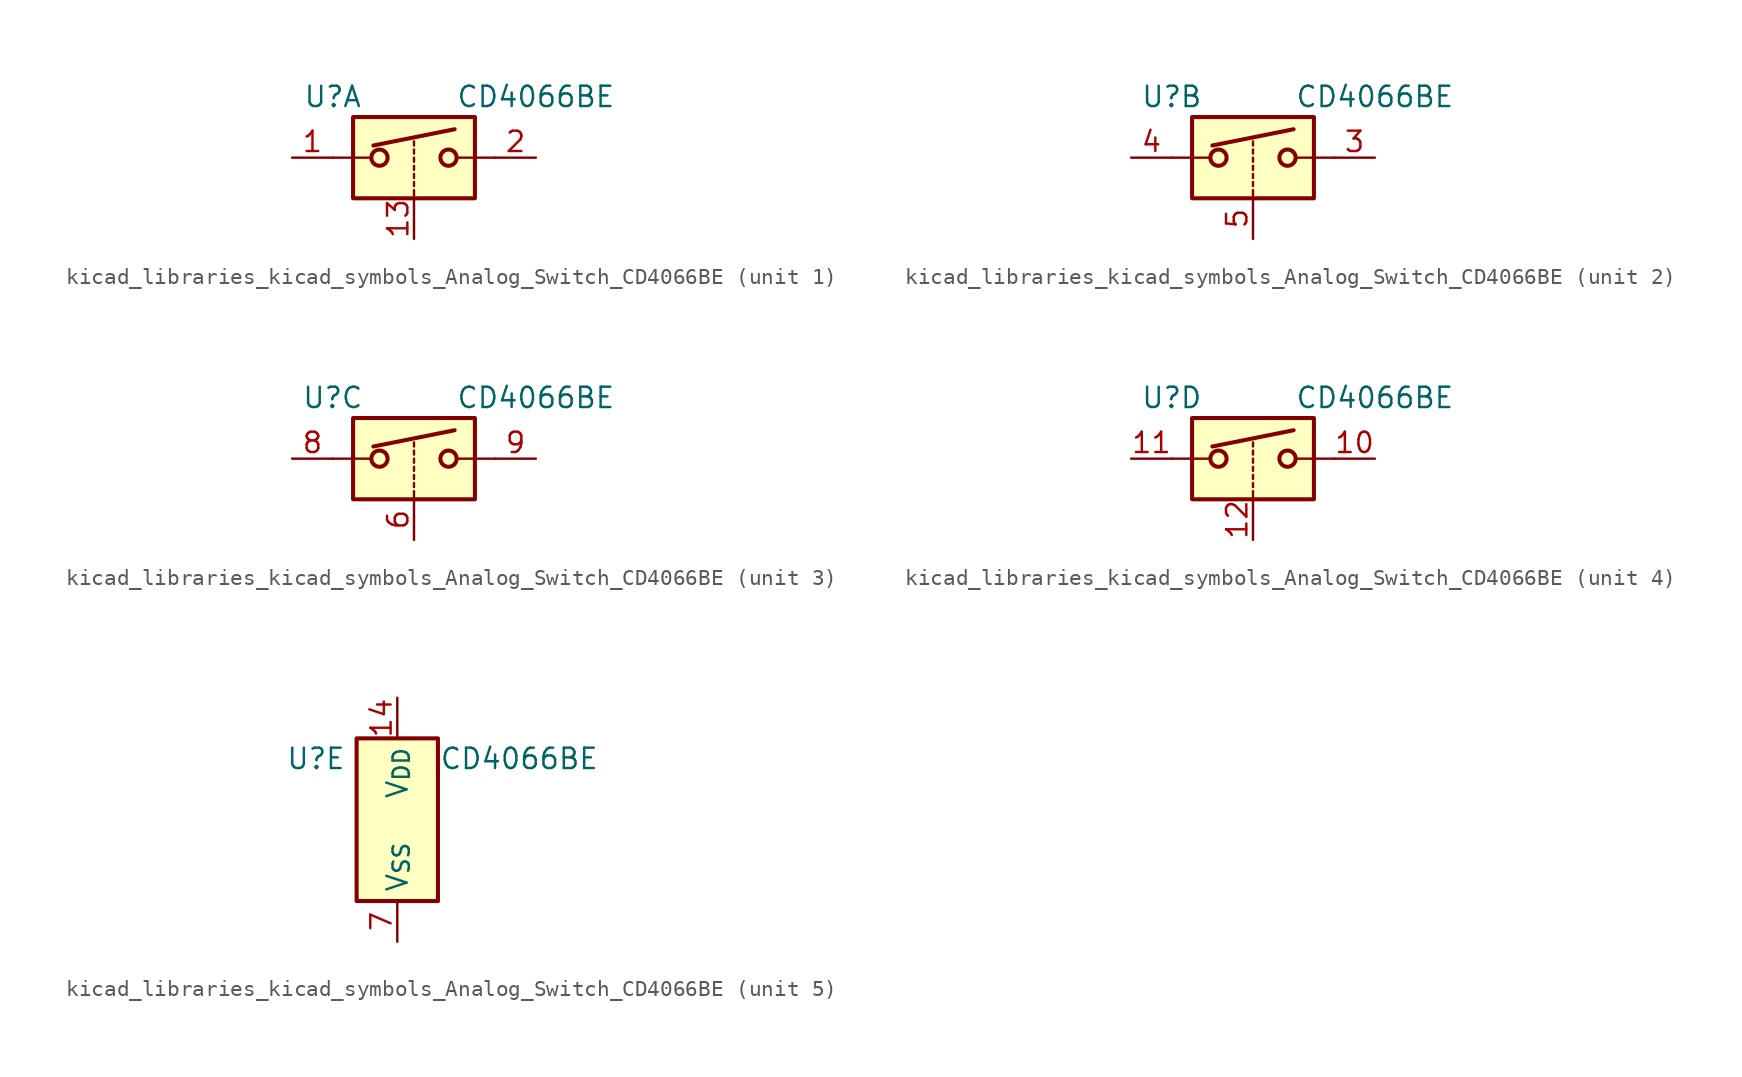
<source format=kicad_sym>
(kicad_symbol_lib
  (version 20220914)
  (generator kicad_symbol_editor)
  (symbol "kicad_libraries_kicad_symbols_Analog_Switch_CD4066BE"
    (property "Reference" "U"
      (at -5.08 3.81 0)
      (effects (font (size 1.27 1.27))))
    (property "Value" "CD4066BE"
      (at 7.62 3.81 0)
      (effects (font (size 1.27 1.27))))
    (property "ki_locked" ""
      (at 0 0 0)
      (effects (font (size 1.27 1.27))))
    (symbol "kicad_libraries_kicad_symbols_Analog_Switch_CD4066BE_1_1"
      (rectangle (start -3.81 2.54) (end 3.81 -2.54) (stroke (width 0.254) (type default)) (fill (type background)))
      (circle (center -2.159 0) (radius 0.508) (stroke (width 0.254) (type default)) (fill (type none)))
      (polyline (pts (xy -5.08 0) (xy -2.794 0)) (stroke (width 0) (type default)) (fill (type none)))
      (polyline (pts (xy -2.54 0.762) (xy 2.54 1.778)) (stroke (width 0.254) (type default)) (fill (type none)))
      (polyline (pts (xy 0 -2.54) (xy 0 -2.032)) (stroke (width 0) (type default)) (fill (type none)))
      (polyline (pts (xy 0 -1.778) (xy 0 -1.524)) (stroke (width 0) (type default)) (fill (type none)))
      (polyline (pts (xy 0 -1.27) (xy 0 -1.016)) (stroke (width 0) (type default)) (fill (type none)))
      (polyline (pts (xy 0 -0.762) (xy 0 -0.508)) (stroke (width 0) (type default)) (fill (type none)))
      (polyline (pts (xy 0 -0.254) (xy 0 0)) (stroke (width 0) (type default)) (fill (type none)))
      (polyline (pts (xy 0 0.254) (xy 0 0.508)) (stroke (width 0) (type default)) (fill (type none)))
      (polyline (pts (xy 0 0.762) (xy 0 1.016)) (stroke (width 0) (type default)) (fill (type none)))
      (polyline (pts (xy 5.08 0) (xy 2.794 0)) (stroke (width 0) (type default)) (fill (type none)))
      (circle (center 2.159 0) (radius 0.508) (stroke (width 0.254) (type default)) (fill (type none)))
      (pin bidirectional line (at -7.62 0 0) (length 2.54) (name "~" (effects (font (size 1.27 1.27)))) (number "1" (effects (font (size 1.27 1.27)))))
      (pin input line (at 0 -5.08 90) (length 2.54) (name "~" (effects (font (size 1.27 1.27)))) (number "13" (effects (font (size 1.27 1.27)))))
      (pin bidirectional line (at 7.62 0 180) (length 2.54) (name "~" (effects (font (size 1.27 1.27)))) (number "2" (effects (font (size 1.27 1.27))))))
    (symbol "kicad_libraries_kicad_symbols_Analog_Switch_CD4066BE_2_1"
      (rectangle (start -3.81 2.54) (end 3.81 -2.54) (stroke (width 0.254) (type default)) (fill (type background)))
      (circle (center -2.159 0) (radius 0.508) (stroke (width 0.254) (type default)) (fill (type none)))
      (polyline (pts (xy -5.08 0) (xy -2.794 0)) (stroke (width 0) (type default)) (fill (type none)))
      (polyline (pts (xy -2.54 0.762) (xy 2.54 1.778)) (stroke (width 0.254) (type default)) (fill (type none)))
      (polyline (pts (xy 0 -2.54) (xy 0 -2.032)) (stroke (width 0) (type default)) (fill (type none)))
      (polyline (pts (xy 0 -1.778) (xy 0 -1.524)) (stroke (width 0) (type default)) (fill (type none)))
      (polyline (pts (xy 0 -1.27) (xy 0 -1.016)) (stroke (width 0) (type default)) (fill (type none)))
      (polyline (pts (xy 0 -0.762) (xy 0 -0.508)) (stroke (width 0) (type default)) (fill (type none)))
      (polyline (pts (xy 0 -0.254) (xy 0 0)) (stroke (width 0) (type default)) (fill (type none)))
      (polyline (pts (xy 0 0.254) (xy 0 0.508)) (stroke (width 0) (type default)) (fill (type none)))
      (polyline (pts (xy 0 0.762) (xy 0 1.016)) (stroke (width 0) (type default)) (fill (type none)))
      (polyline (pts (xy 5.08 0) (xy 2.794 0)) (stroke (width 0) (type default)) (fill (type none)))
      (circle (center 2.159 0) (radius 0.508) (stroke (width 0.254) (type default)) (fill (type none)))
      (pin bidirectional line (at 7.62 0 180) (length 2.54) (name "~" (effects (font (size 1.27 1.27)))) (number "3" (effects (font (size 1.27 1.27)))))
      (pin bidirectional line (at -7.62 0 0) (length 2.54) (name "~" (effects (font (size 1.27 1.27)))) (number "4" (effects (font (size 1.27 1.27)))))
      (pin input line (at 0 -5.08 90) (length 2.54) (name "~" (effects (font (size 1.27 1.27)))) (number "5" (effects (font (size 1.27 1.27))))))
    (symbol "kicad_libraries_kicad_symbols_Analog_Switch_CD4066BE_3_1"
      (rectangle (start -3.81 2.54) (end 3.81 -2.54) (stroke (width 0.254) (type default)) (fill (type background)))
      (circle (center -2.159 0) (radius 0.508) (stroke (width 0.254) (type default)) (fill (type none)))
      (polyline (pts (xy -5.08 0) (xy -2.794 0)) (stroke (width 0) (type default)) (fill (type none)))
      (polyline (pts (xy -2.54 0.762) (xy 2.54 1.778)) (stroke (width 0.254) (type default)) (fill (type none)))
      (polyline (pts (xy 0 -2.54) (xy 0 -2.032)) (stroke (width 0) (type default)) (fill (type none)))
      (polyline (pts (xy 0 -1.778) (xy 0 -1.524)) (stroke (width 0) (type default)) (fill (type none)))
      (polyline (pts (xy 0 -1.27) (xy 0 -1.016)) (stroke (width 0) (type default)) (fill (type none)))
      (polyline (pts (xy 0 -0.762) (xy 0 -0.508)) (stroke (width 0) (type default)) (fill (type none)))
      (polyline (pts (xy 0 -0.254) (xy 0 0)) (stroke (width 0) (type default)) (fill (type none)))
      (polyline (pts (xy 0 0.254) (xy 0 0.508)) (stroke (width 0) (type default)) (fill (type none)))
      (polyline (pts (xy 0 0.762) (xy 0 1.016)) (stroke (width 0) (type default)) (fill (type none)))
      (polyline (pts (xy 5.08 0) (xy 2.794 0)) (stroke (width 0) (type default)) (fill (type none)))
      (circle (center 2.159 0) (radius 0.508) (stroke (width 0.254) (type default)) (fill (type none)))
      (pin input line (at 0 -5.08 90) (length 2.54) (name "~" (effects (font (size 1.27 1.27)))) (number "6" (effects (font (size 1.27 1.27)))))
      (pin bidirectional line (at -7.62 0 0) (length 2.54) (name "~" (effects (font (size 1.27 1.27)))) (number "8" (effects (font (size 1.27 1.27)))))
      (pin bidirectional line (at 7.62 0 180) (length 2.54) (name "~" (effects (font (size 1.27 1.27)))) (number "9" (effects (font (size 1.27 1.27))))))
    (symbol "kicad_libraries_kicad_symbols_Analog_Switch_CD4066BE_4_1"
      (rectangle (start -3.81 2.54) (end 3.81 -2.54) (stroke (width 0.254) (type default)) (fill (type background)))
      (circle (center -2.159 0) (radius 0.508) (stroke (width 0.254) (type default)) (fill (type none)))
      (polyline (pts (xy -5.08 0) (xy -2.794 0)) (stroke (width 0) (type default)) (fill (type none)))
      (polyline (pts (xy -2.54 0.762) (xy 2.54 1.778)) (stroke (width 0.254) (type default)) (fill (type none)))
      (polyline (pts (xy 0 -2.54) (xy 0 -2.032)) (stroke (width 0) (type default)) (fill (type none)))
      (polyline (pts (xy 0 -1.778) (xy 0 -1.524)) (stroke (width 0) (type default)) (fill (type none)))
      (polyline (pts (xy 0 -1.27) (xy 0 -1.016)) (stroke (width 0) (type default)) (fill (type none)))
      (polyline (pts (xy 0 -0.762) (xy 0 -0.508)) (stroke (width 0) (type default)) (fill (type none)))
      (polyline (pts (xy 0 -0.254) (xy 0 0)) (stroke (width 0) (type default)) (fill (type none)))
      (polyline (pts (xy 0 0.254) (xy 0 0.508)) (stroke (width 0) (type default)) (fill (type none)))
      (polyline (pts (xy 0 0.762) (xy 0 1.016)) (stroke (width 0) (type default)) (fill (type none)))
      (polyline (pts (xy 5.08 0) (xy 2.794 0)) (stroke (width 0) (type default)) (fill (type none)))
      (circle (center 2.159 0) (radius 0.508) (stroke (width 0.254) (type default)) (fill (type none)))
      (pin bidirectional line (at 7.62 0 180) (length 2.54) (name "~" (effects (font (size 1.27 1.27)))) (number "10" (effects (font (size 1.27 1.27)))))
      (pin bidirectional line (at -7.62 0 0) (length 2.54) (name "~" (effects (font (size 1.27 1.27)))) (number "11" (effects (font (size 1.27 1.27)))))
      (pin input line (at 0 -5.08 90) (length 2.54) (name "~" (effects (font (size 1.27 1.27)))) (number "12" (effects (font (size 1.27 1.27))))))
    (symbol "kicad_libraries_kicad_symbols_Analog_Switch_CD4066BE_5_1"
      (rectangle (start -2.54 5.08) (end 2.54 -5.08) (stroke (width 0.254) (type default)) (fill (type background)))
      (pin power_in line (at 0 7.62 270) (length 2.54) (name "V_{DD}" (effects (font (size 1.27 1.27)))) (number "14" (effects (font (size 1.27 1.27)))))
      (pin power_in line (at 0 -7.62 90) (length 2.54) (name "V_{SS}" (effects (font (size 1.27 1.27)))) (number "7" (effects (font (size 1.27 1.27))))))))
</source>
